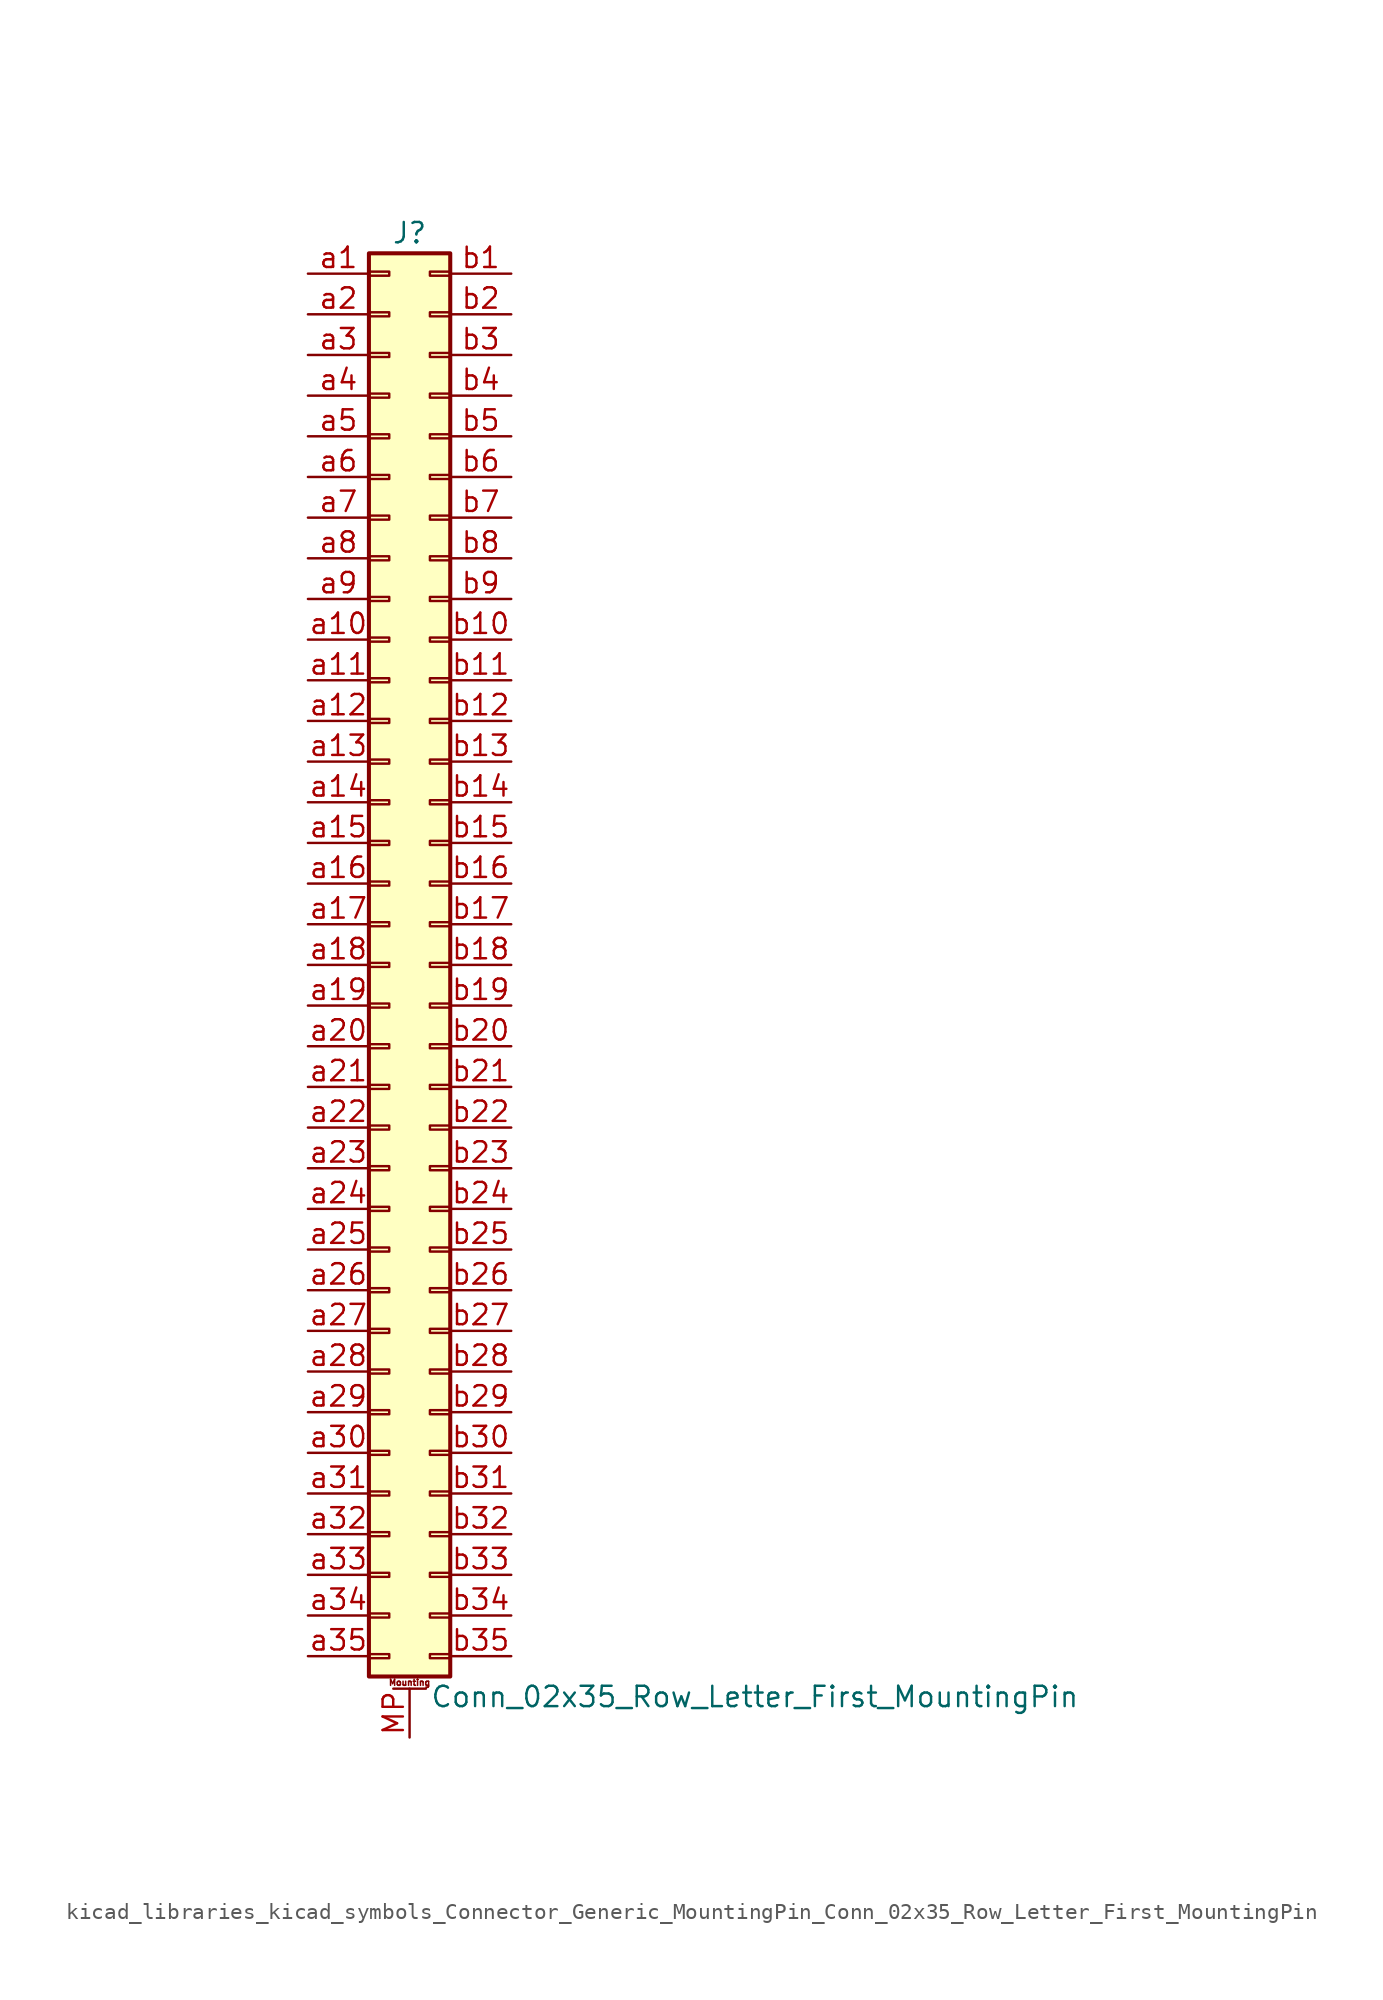
<source format=kicad_sym>
(kicad_symbol_lib
  (version 20220914)
  (generator kicad_symbol_editor)
  (symbol "kicad_libraries_kicad_symbols_Connector_Generic_MountingPin_Conn_02x35_Row_Letter_First_MountingPin"
    (pin_names
      (offset 1.016) hide)
    (property "Reference" "J"
      (at 1.27 45.72 0)
      (effects (font (size 1.27 1.27))))
    (property "Value" "Conn_02x35_Row_Letter_First_MountingPin"
      (at 2.54 -45.72 0)
      (effects (font (size 1.27 1.27)) (justify left)))
    (symbol "kicad_libraries_kicad_symbols_Connector_Generic_MountingPin_Conn_02x35_Row_Letter_First_MountingPin_1_1"
      (rectangle (start -1.27 -43.053) (end 0 -43.307) (stroke (width 0.152) (type default)) (fill (type none)))
      (rectangle (start -1.27 -40.513) (end 0 -40.767) (stroke (width 0.152) (type default)) (fill (type none)))
      (rectangle (start -1.27 -37.973) (end 0 -38.227) (stroke (width 0.152) (type default)) (fill (type none)))
      (rectangle (start -1.27 -35.433) (end 0 -35.687) (stroke (width 0.152) (type default)) (fill (type none)))
      (rectangle (start -1.27 -32.893) (end 0 -33.147) (stroke (width 0.152) (type default)) (fill (type none)))
      (rectangle (start -1.27 -30.353) (end 0 -30.607) (stroke (width 0.152) (type default)) (fill (type none)))
      (rectangle (start -1.27 -27.813) (end 0 -28.067) (stroke (width 0.152) (type default)) (fill (type none)))
      (rectangle (start -1.27 -25.273) (end 0 -25.527) (stroke (width 0.152) (type default)) (fill (type none)))
      (rectangle (start -1.27 -22.733) (end 0 -22.987) (stroke (width 0.152) (type default)) (fill (type none)))
      (rectangle (start -1.27 -20.193) (end 0 -20.447) (stroke (width 0.152) (type default)) (fill (type none)))
      (rectangle (start -1.27 -17.653) (end 0 -17.907) (stroke (width 0.152) (type default)) (fill (type none)))
      (rectangle (start -1.27 -15.113) (end 0 -15.367) (stroke (width 0.152) (type default)) (fill (type none)))
      (rectangle (start -1.27 -12.573) (end 0 -12.827) (stroke (width 0.152) (type default)) (fill (type none)))
      (rectangle (start -1.27 -10.033) (end 0 -10.287) (stroke (width 0.152) (type default)) (fill (type none)))
      (rectangle (start -1.27 -7.493) (end 0 -7.747) (stroke (width 0.152) (type default)) (fill (type none)))
      (rectangle (start -1.27 -4.953) (end 0 -5.207) (stroke (width 0.152) (type default)) (fill (type none)))
      (rectangle (start -1.27 -2.413) (end 0 -2.667) (stroke (width 0.152) (type default)) (fill (type none)))
      (rectangle (start -1.27 0.127) (end 0 -0.127) (stroke (width 0.152) (type default)) (fill (type none)))
      (rectangle (start -1.27 2.667) (end 0 2.413) (stroke (width 0.152) (type default)) (fill (type none)))
      (rectangle (start -1.27 5.207) (end 0 4.953) (stroke (width 0.152) (type default)) (fill (type none)))
      (rectangle (start -1.27 7.747) (end 0 7.493) (stroke (width 0.152) (type default)) (fill (type none)))
      (rectangle (start -1.27 10.287) (end 0 10.033) (stroke (width 0.152) (type default)) (fill (type none)))
      (rectangle (start -1.27 12.827) (end 0 12.573) (stroke (width 0.152) (type default)) (fill (type none)))
      (rectangle (start -1.27 15.367) (end 0 15.113) (stroke (width 0.152) (type default)) (fill (type none)))
      (rectangle (start -1.27 17.907) (end 0 17.653) (stroke (width 0.152) (type default)) (fill (type none)))
      (rectangle (start -1.27 20.447) (end 0 20.193) (stroke (width 0.152) (type default)) (fill (type none)))
      (rectangle (start -1.27 22.987) (end 0 22.733) (stroke (width 0.152) (type default)) (fill (type none)))
      (rectangle (start -1.27 25.527) (end 0 25.273) (stroke (width 0.152) (type default)) (fill (type none)))
      (rectangle (start -1.27 28.067) (end 0 27.813) (stroke (width 0.152) (type default)) (fill (type none)))
      (rectangle (start -1.27 30.607) (end 0 30.353) (stroke (width 0.152) (type default)) (fill (type none)))
      (rectangle (start -1.27 33.147) (end 0 32.893) (stroke (width 0.152) (type default)) (fill (type none)))
      (rectangle (start -1.27 35.687) (end 0 35.433) (stroke (width 0.152) (type default)) (fill (type none)))
      (rectangle (start -1.27 38.227) (end 0 37.973) (stroke (width 0.152) (type default)) (fill (type none)))
      (rectangle (start -1.27 40.767) (end 0 40.513) (stroke (width 0.152) (type default)) (fill (type none)))
      (rectangle (start -1.27 43.307) (end 0 43.053) (stroke (width 0.152) (type default)) (fill (type none)))
      (rectangle (start -1.27 44.45) (end 3.81 -44.45) (stroke (width 0.254) (type default)) (fill (type background)))
      (polyline (pts (xy 0.254 -45.212) (xy 2.286 -45.212)) (stroke (width 0.152) (type default)) (fill (type none)))
      (rectangle (start 3.81 -43.053) (end 2.54 -43.307) (stroke (width 0.152) (type default)) (fill (type none)))
      (rectangle (start 3.81 -40.513) (end 2.54 -40.767) (stroke (width 0.152) (type default)) (fill (type none)))
      (rectangle (start 3.81 -37.973) (end 2.54 -38.227) (stroke (width 0.152) (type default)) (fill (type none)))
      (rectangle (start 3.81 -35.433) (end 2.54 -35.687) (stroke (width 0.152) (type default)) (fill (type none)))
      (rectangle (start 3.81 -32.893) (end 2.54 -33.147) (stroke (width 0.152) (type default)) (fill (type none)))
      (rectangle (start 3.81 -30.353) (end 2.54 -30.607) (stroke (width 0.152) (type default)) (fill (type none)))
      (rectangle (start 3.81 -27.813) (end 2.54 -28.067) (stroke (width 0.152) (type default)) (fill (type none)))
      (rectangle (start 3.81 -25.273) (end 2.54 -25.527) (stroke (width 0.152) (type default)) (fill (type none)))
      (rectangle (start 3.81 -22.733) (end 2.54 -22.987) (stroke (width 0.152) (type default)) (fill (type none)))
      (rectangle (start 3.81 -20.193) (end 2.54 -20.447) (stroke (width 0.152) (type default)) (fill (type none)))
      (rectangle (start 3.81 -17.653) (end 2.54 -17.907) (stroke (width 0.152) (type default)) (fill (type none)))
      (rectangle (start 3.81 -15.113) (end 2.54 -15.367) (stroke (width 0.152) (type default)) (fill (type none)))
      (rectangle (start 3.81 -12.573) (end 2.54 -12.827) (stroke (width 0.152) (type default)) (fill (type none)))
      (rectangle (start 3.81 -10.033) (end 2.54 -10.287) (stroke (width 0.152) (type default)) (fill (type none)))
      (rectangle (start 3.81 -7.493) (end 2.54 -7.747) (stroke (width 0.152) (type default)) (fill (type none)))
      (rectangle (start 3.81 -4.953) (end 2.54 -5.207) (stroke (width 0.152) (type default)) (fill (type none)))
      (rectangle (start 3.81 -2.413) (end 2.54 -2.667) (stroke (width 0.152) (type default)) (fill (type none)))
      (rectangle (start 3.81 0.127) (end 2.54 -0.127) (stroke (width 0.152) (type default)) (fill (type none)))
      (rectangle (start 3.81 2.667) (end 2.54 2.413) (stroke (width 0.152) (type default)) (fill (type none)))
      (rectangle (start 3.81 5.207) (end 2.54 4.953) (stroke (width 0.152) (type default)) (fill (type none)))
      (rectangle (start 3.81 7.747) (end 2.54 7.493) (stroke (width 0.152) (type default)) (fill (type none)))
      (rectangle (start 3.81 10.287) (end 2.54 10.033) (stroke (width 0.152) (type default)) (fill (type none)))
      (rectangle (start 3.81 12.827) (end 2.54 12.573) (stroke (width 0.152) (type default)) (fill (type none)))
      (rectangle (start 3.81 15.367) (end 2.54 15.113) (stroke (width 0.152) (type default)) (fill (type none)))
      (rectangle (start 3.81 17.907) (end 2.54 17.653) (stroke (width 0.152) (type default)) (fill (type none)))
      (rectangle (start 3.81 20.447) (end 2.54 20.193) (stroke (width 0.152) (type default)) (fill (type none)))
      (rectangle (start 3.81 22.987) (end 2.54 22.733) (stroke (width 0.152) (type default)) (fill (type none)))
      (rectangle (start 3.81 25.527) (end 2.54 25.273) (stroke (width 0.152) (type default)) (fill (type none)))
      (rectangle (start 3.81 28.067) (end 2.54 27.813) (stroke (width 0.152) (type default)) (fill (type none)))
      (rectangle (start 3.81 30.607) (end 2.54 30.353) (stroke (width 0.152) (type default)) (fill (type none)))
      (rectangle (start 3.81 33.147) (end 2.54 32.893) (stroke (width 0.152) (type default)) (fill (type none)))
      (rectangle (start 3.81 35.687) (end 2.54 35.433) (stroke (width 0.152) (type default)) (fill (type none)))
      (rectangle (start 3.81 38.227) (end 2.54 37.973) (stroke (width 0.152) (type default)) (fill (type none)))
      (rectangle (start 3.81 40.767) (end 2.54 40.513) (stroke (width 0.152) (type default)) (fill (type none)))
      (rectangle (start 3.81 43.307) (end 2.54 43.053) (stroke (width 0.152) (type default)) (fill (type none)))
      (text "Mounting" (at 1.27 -44.831 0) (effects (font (size 0.381 0.381))))
      (pin passive line (at 1.27 -48.26 90) (length 3.048) (name "MountPin" (effects (font (size 1.27 1.27)))) (number "MP" (effects (font (size 1.27 1.27)))))
      (pin passive line (at -5.08 43.18 0) (length 3.81) (name "Pin_a1" (effects (font (size 1.27 1.27)))) (number "a1" (effects (font (size 1.27 1.27)))))
      (pin passive line (at -5.08 20.32 0) (length 3.81) (name "Pin_a10" (effects (font (size 1.27 1.27)))) (number "a10" (effects (font (size 1.27 1.27)))))
      (pin passive line (at -5.08 17.78 0) (length 3.81) (name "Pin_a11" (effects (font (size 1.27 1.27)))) (number "a11" (effects (font (size 1.27 1.27)))))
      (pin passive line (at -5.08 15.24 0) (length 3.81) (name "Pin_a12" (effects (font (size 1.27 1.27)))) (number "a12" (effects (font (size 1.27 1.27)))))
      (pin passive line (at -5.08 12.7 0) (length 3.81) (name "Pin_a13" (effects (font (size 1.27 1.27)))) (number "a13" (effects (font (size 1.27 1.27)))))
      (pin passive line (at -5.08 10.16 0) (length 3.81) (name "Pin_a14" (effects (font (size 1.27 1.27)))) (number "a14" (effects (font (size 1.27 1.27)))))
      (pin passive line (at -5.08 7.62 0) (length 3.81) (name "Pin_a15" (effects (font (size 1.27 1.27)))) (number "a15" (effects (font (size 1.27 1.27)))))
      (pin passive line (at -5.08 5.08 0) (length 3.81) (name "Pin_a16" (effects (font (size 1.27 1.27)))) (number "a16" (effects (font (size 1.27 1.27)))))
      (pin passive line (at -5.08 2.54 0) (length 3.81) (name "Pin_a17" (effects (font (size 1.27 1.27)))) (number "a17" (effects (font (size 1.27 1.27)))))
      (pin passive line (at -5.08 0 0) (length 3.81) (name "Pin_a18" (effects (font (size 1.27 1.27)))) (number "a18" (effects (font (size 1.27 1.27)))))
      (pin passive line (at -5.08 -2.54 0) (length 3.81) (name "Pin_a19" (effects (font (size 1.27 1.27)))) (number "a19" (effects (font (size 1.27 1.27)))))
      (pin passive line (at -5.08 40.64 0) (length 3.81) (name "Pin_a2" (effects (font (size 1.27 1.27)))) (number "a2" (effects (font (size 1.27 1.27)))))
      (pin passive line (at -5.08 -5.08 0) (length 3.81) (name "Pin_a20" (effects (font (size 1.27 1.27)))) (number "a20" (effects (font (size 1.27 1.27)))))
      (pin passive line (at -5.08 -7.62 0) (length 3.81) (name "Pin_a21" (effects (font (size 1.27 1.27)))) (number "a21" (effects (font (size 1.27 1.27)))))
      (pin passive line (at -5.08 -10.16 0) (length 3.81) (name "Pin_a22" (effects (font (size 1.27 1.27)))) (number "a22" (effects (font (size 1.27 1.27)))))
      (pin passive line (at -5.08 -12.7 0) (length 3.81) (name "Pin_a23" (effects (font (size 1.27 1.27)))) (number "a23" (effects (font (size 1.27 1.27)))))
      (pin passive line (at -5.08 -15.24 0) (length 3.81) (name "Pin_a24" (effects (font (size 1.27 1.27)))) (number "a24" (effects (font (size 1.27 1.27)))))
      (pin passive line (at -5.08 -17.78 0) (length 3.81) (name "Pin_a25" (effects (font (size 1.27 1.27)))) (number "a25" (effects (font (size 1.27 1.27)))))
      (pin passive line (at -5.08 -20.32 0) (length 3.81) (name "Pin_a26" (effects (font (size 1.27 1.27)))) (number "a26" (effects (font (size 1.27 1.27)))))
      (pin passive line (at -5.08 -22.86 0) (length 3.81) (name "Pin_a27" (effects (font (size 1.27 1.27)))) (number "a27" (effects (font (size 1.27 1.27)))))
      (pin passive line (at -5.08 -25.4 0) (length 3.81) (name "Pin_a28" (effects (font (size 1.27 1.27)))) (number "a28" (effects (font (size 1.27 1.27)))))
      (pin passive line (at -5.08 -27.94 0) (length 3.81) (name "Pin_a29" (effects (font (size 1.27 1.27)))) (number "a29" (effects (font (size 1.27 1.27)))))
      (pin passive line (at -5.08 38.1 0) (length 3.81) (name "Pin_a3" (effects (font (size 1.27 1.27)))) (number "a3" (effects (font (size 1.27 1.27)))))
      (pin passive line (at -5.08 -30.48 0) (length 3.81) (name "Pin_a30" (effects (font (size 1.27 1.27)))) (number "a30" (effects (font (size 1.27 1.27)))))
      (pin passive line (at -5.08 -33.02 0) (length 3.81) (name "Pin_a31" (effects (font (size 1.27 1.27)))) (number "a31" (effects (font (size 1.27 1.27)))))
      (pin passive line (at -5.08 -35.56 0) (length 3.81) (name "Pin_a32" (effects (font (size 1.27 1.27)))) (number "a32" (effects (font (size 1.27 1.27)))))
      (pin passive line (at -5.08 -38.1 0) (length 3.81) (name "Pin_a33" (effects (font (size 1.27 1.27)))) (number "a33" (effects (font (size 1.27 1.27)))))
      (pin passive line (at -5.08 -40.64 0) (length 3.81) (name "Pin_a34" (effects (font (size 1.27 1.27)))) (number "a34" (effects (font (size 1.27 1.27)))))
      (pin passive line (at -5.08 -43.18 0) (length 3.81) (name "Pin_a35" (effects (font (size 1.27 1.27)))) (number "a35" (effects (font (size 1.27 1.27)))))
      (pin passive line (at -5.08 35.56 0) (length 3.81) (name "Pin_a4" (effects (font (size 1.27 1.27)))) (number "a4" (effects (font (size 1.27 1.27)))))
      (pin passive line (at -5.08 33.02 0) (length 3.81) (name "Pin_a5" (effects (font (size 1.27 1.27)))) (number "a5" (effects (font (size 1.27 1.27)))))
      (pin passive line (at -5.08 30.48 0) (length 3.81) (name "Pin_a6" (effects (font (size 1.27 1.27)))) (number "a6" (effects (font (size 1.27 1.27)))))
      (pin passive line (at -5.08 27.94 0) (length 3.81) (name "Pin_a7" (effects (font (size 1.27 1.27)))) (number "a7" (effects (font (size 1.27 1.27)))))
      (pin passive line (at -5.08 25.4 0) (length 3.81) (name "Pin_a8" (effects (font (size 1.27 1.27)))) (number "a8" (effects (font (size 1.27 1.27)))))
      (pin passive line (at -5.08 22.86 0) (length 3.81) (name "Pin_a9" (effects (font (size 1.27 1.27)))) (number "a9" (effects (font (size 1.27 1.27)))))
      (pin passive line (at 7.62 43.18 180) (length 3.81) (name "Pin_b1" (effects (font (size 1.27 1.27)))) (number "b1" (effects (font (size 1.27 1.27)))))
      (pin passive line (at 7.62 20.32 180) (length 3.81) (name "Pin_b10" (effects (font (size 1.27 1.27)))) (number "b10" (effects (font (size 1.27 1.27)))))
      (pin passive line (at 7.62 17.78 180) (length 3.81) (name "Pin_b11" (effects (font (size 1.27 1.27)))) (number "b11" (effects (font (size 1.27 1.27)))))
      (pin passive line (at 7.62 15.24 180) (length 3.81) (name "Pin_b12" (effects (font (size 1.27 1.27)))) (number "b12" (effects (font (size 1.27 1.27)))))
      (pin passive line (at 7.62 12.7 180) (length 3.81) (name "Pin_b13" (effects (font (size 1.27 1.27)))) (number "b13" (effects (font (size 1.27 1.27)))))
      (pin passive line (at 7.62 10.16 180) (length 3.81) (name "Pin_b14" (effects (font (size 1.27 1.27)))) (number "b14" (effects (font (size 1.27 1.27)))))
      (pin passive line (at 7.62 7.62 180) (length 3.81) (name "Pin_b15" (effects (font (size 1.27 1.27)))) (number "b15" (effects (font (size 1.27 1.27)))))
      (pin passive line (at 7.62 5.08 180) (length 3.81) (name "Pin_b16" (effects (font (size 1.27 1.27)))) (number "b16" (effects (font (size 1.27 1.27)))))
      (pin passive line (at 7.62 2.54 180) (length 3.81) (name "Pin_b17" (effects (font (size 1.27 1.27)))) (number "b17" (effects (font (size 1.27 1.27)))))
      (pin passive line (at 7.62 0 180) (length 3.81) (name "Pin_b18" (effects (font (size 1.27 1.27)))) (number "b18" (effects (font (size 1.27 1.27)))))
      (pin passive line (at 7.62 -2.54 180) (length 3.81) (name "Pin_b19" (effects (font (size 1.27 1.27)))) (number "b19" (effects (font (size 1.27 1.27)))))
      (pin passive line (at 7.62 40.64 180) (length 3.81) (name "Pin_b2" (effects (font (size 1.27 1.27)))) (number "b2" (effects (font (size 1.27 1.27)))))
      (pin passive line (at 7.62 -5.08 180) (length 3.81) (name "Pin_b20" (effects (font (size 1.27 1.27)))) (number "b20" (effects (font (size 1.27 1.27)))))
      (pin passive line (at 7.62 -7.62 180) (length 3.81) (name "Pin_b21" (effects (font (size 1.27 1.27)))) (number "b21" (effects (font (size 1.27 1.27)))))
      (pin passive line (at 7.62 -10.16 180) (length 3.81) (name "Pin_b22" (effects (font (size 1.27 1.27)))) (number "b22" (effects (font (size 1.27 1.27)))))
      (pin passive line (at 7.62 -12.7 180) (length 3.81) (name "Pin_b23" (effects (font (size 1.27 1.27)))) (number "b23" (effects (font (size 1.27 1.27)))))
      (pin passive line (at 7.62 -15.24 180) (length 3.81) (name "Pin_b24" (effects (font (size 1.27 1.27)))) (number "b24" (effects (font (size 1.27 1.27)))))
      (pin passive line (at 7.62 -17.78 180) (length 3.81) (name "Pin_b25" (effects (font (size 1.27 1.27)))) (number "b25" (effects (font (size 1.27 1.27)))))
      (pin passive line (at 7.62 -20.32 180) (length 3.81) (name "Pin_b26" (effects (font (size 1.27 1.27)))) (number "b26" (effects (font (size 1.27 1.27)))))
      (pin passive line (at 7.62 -22.86 180) (length 3.81) (name "Pin_b27" (effects (font (size 1.27 1.27)))) (number "b27" (effects (font (size 1.27 1.27)))))
      (pin passive line (at 7.62 -25.4 180) (length 3.81) (name "Pin_b28" (effects (font (size 1.27 1.27)))) (number "b28" (effects (font (size 1.27 1.27)))))
      (pin passive line (at 7.62 -27.94 180) (length 3.81) (name "Pin_b29" (effects (font (size 1.27 1.27)))) (number "b29" (effects (font (size 1.27 1.27)))))
      (pin passive line (at 7.62 38.1 180) (length 3.81) (name "Pin_b3" (effects (font (size 1.27 1.27)))) (number "b3" (effects (font (size 1.27 1.27)))))
      (pin passive line (at 7.62 -30.48 180) (length 3.81) (name "Pin_b30" (effects (font (size 1.27 1.27)))) (number "b30" (effects (font (size 1.27 1.27)))))
      (pin passive line (at 7.62 -33.02 180) (length 3.81) (name "Pin_b31" (effects (font (size 1.27 1.27)))) (number "b31" (effects (font (size 1.27 1.27)))))
      (pin passive line (at 7.62 -35.56 180) (length 3.81) (name "Pin_b32" (effects (font (size 1.27 1.27)))) (number "b32" (effects (font (size 1.27 1.27)))))
      (pin passive line (at 7.62 -38.1 180) (length 3.81) (name "Pin_b33" (effects (font (size 1.27 1.27)))) (number "b33" (effects (font (size 1.27 1.27)))))
      (pin passive line (at 7.62 -40.64 180) (length 3.81) (name "Pin_b34" (effects (font (size 1.27 1.27)))) (number "b34" (effects (font (size 1.27 1.27)))))
      (pin passive line (at 7.62 -43.18 180) (length 3.81) (name "Pin_b35" (effects (font (size 1.27 1.27)))) (number "b35" (effects (font (size 1.27 1.27)))))
      (pin passive line (at 7.62 35.56 180) (length 3.81) (name "Pin_b4" (effects (font (size 1.27 1.27)))) (number "b4" (effects (font (size 1.27 1.27)))))
      (pin passive line (at 7.62 33.02 180) (length 3.81) (name "Pin_b5" (effects (font (size 1.27 1.27)))) (number "b5" (effects (font (size 1.27 1.27)))))
      (pin passive line (at 7.62 30.48 180) (length 3.81) (name "Pin_b6" (effects (font (size 1.27 1.27)))) (number "b6" (effects (font (size 1.27 1.27)))))
      (pin passive line (at 7.62 27.94 180) (length 3.81) (name "Pin_b7" (effects (font (size 1.27 1.27)))) (number "b7" (effects (font (size 1.27 1.27)))))
      (pin passive line (at 7.62 25.4 180) (length 3.81) (name "Pin_b8" (effects (font (size 1.27 1.27)))) (number "b8" (effects (font (size 1.27 1.27)))))
      (pin passive line (at 7.62 22.86 180) (length 3.81) (name "Pin_b9" (effects (font (size 1.27 1.27)))) (number "b9" (effects (font (size 1.27 1.27))))))))
</source>
